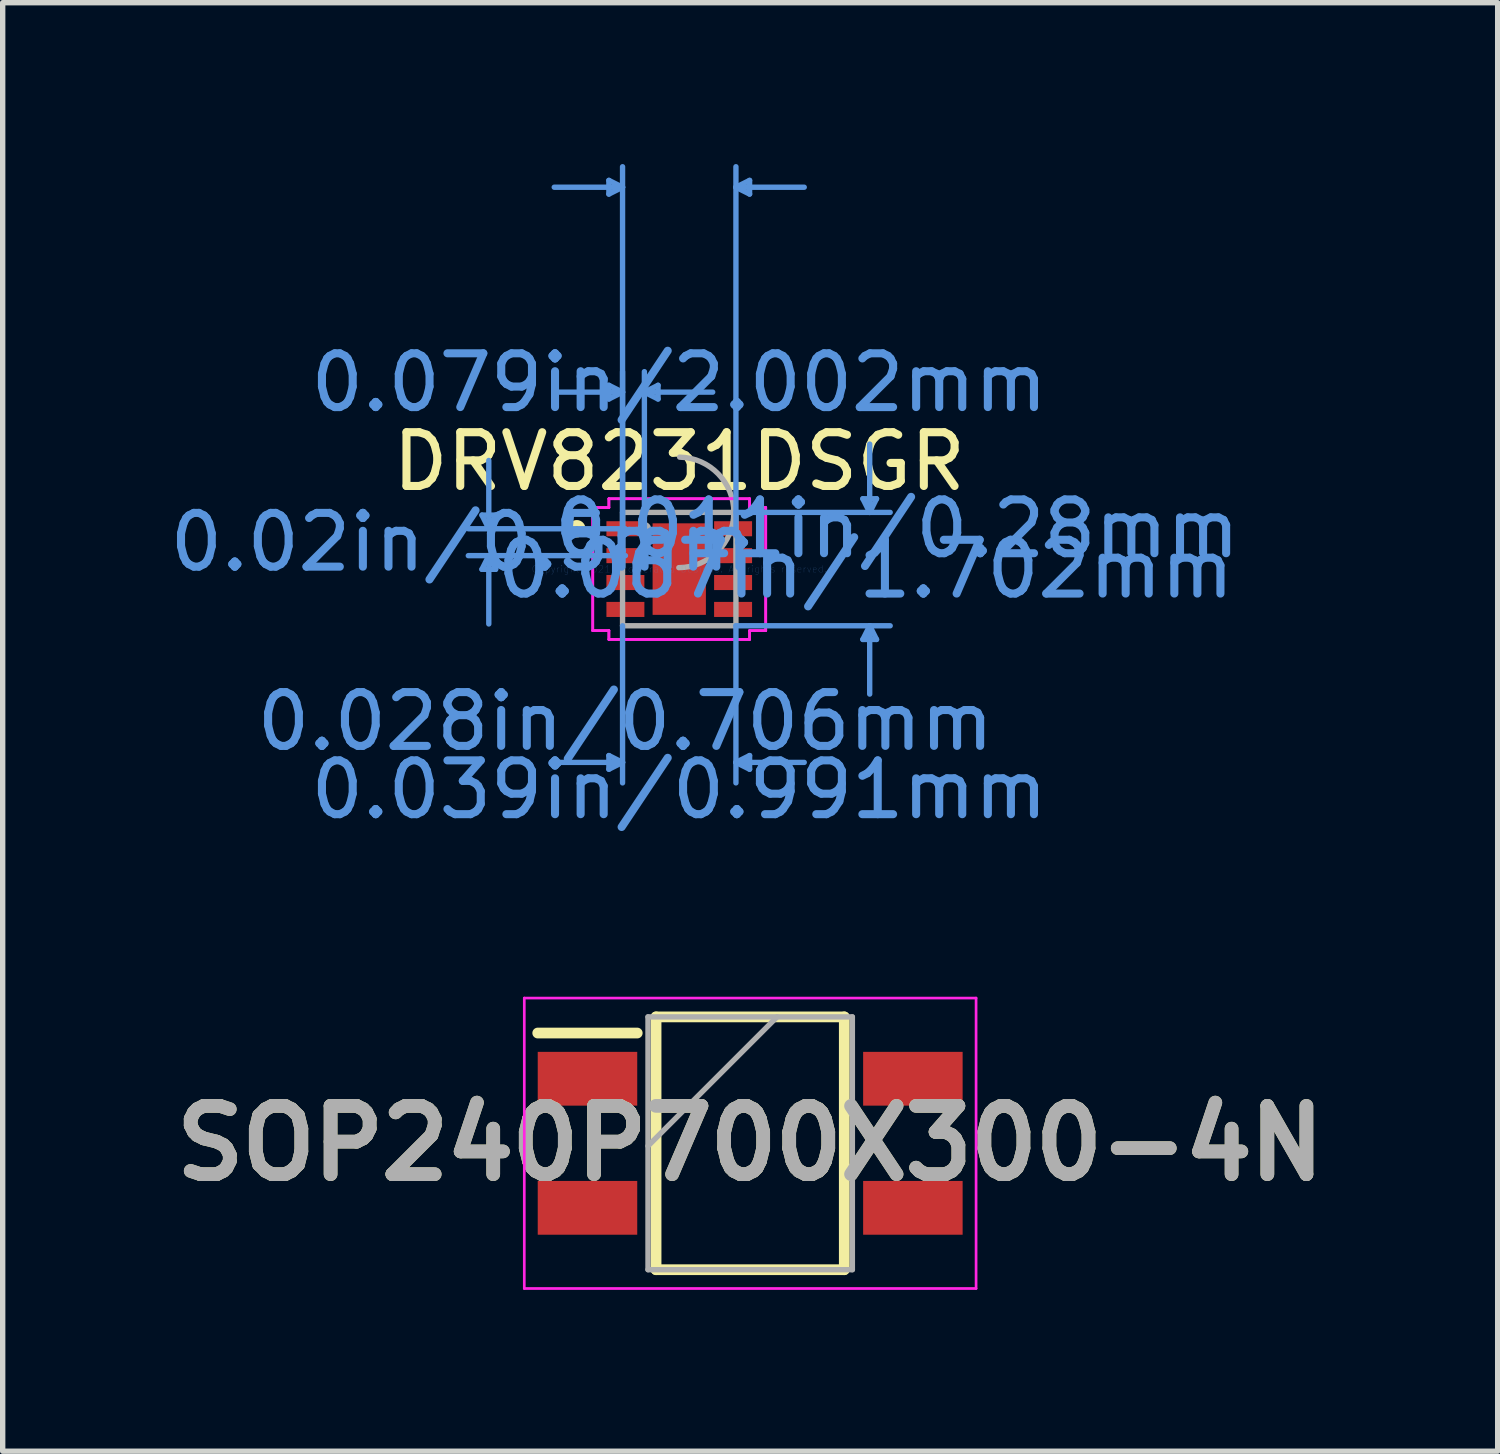
<source format=kicad_pcb>
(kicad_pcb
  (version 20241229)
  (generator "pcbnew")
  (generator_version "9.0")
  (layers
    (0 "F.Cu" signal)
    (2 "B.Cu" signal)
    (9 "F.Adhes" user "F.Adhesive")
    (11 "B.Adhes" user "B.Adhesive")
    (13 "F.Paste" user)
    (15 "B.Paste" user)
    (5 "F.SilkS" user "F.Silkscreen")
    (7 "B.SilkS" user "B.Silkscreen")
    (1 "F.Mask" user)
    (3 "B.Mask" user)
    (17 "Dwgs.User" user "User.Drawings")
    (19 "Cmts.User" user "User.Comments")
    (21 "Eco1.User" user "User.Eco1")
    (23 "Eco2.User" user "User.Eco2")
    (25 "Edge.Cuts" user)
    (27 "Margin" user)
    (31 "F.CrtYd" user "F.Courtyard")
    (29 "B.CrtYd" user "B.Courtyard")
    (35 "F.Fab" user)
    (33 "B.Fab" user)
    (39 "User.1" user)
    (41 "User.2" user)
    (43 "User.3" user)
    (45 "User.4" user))
  (footprint "SOP240P700X300-4N"
    (layer "F.Cu")
    (at 10.898 18.207)
    (property "Reference" "SOP240P700X300-4N" (at 0 0 0) (layer "F.SilkS") (effects (font (size 1.27 1.27) (thickness 0.254))))
    (attr smd)
    (fp_line (start -3.95 -2.05) (end -2.1 -2.05) (stroke (width 0.2) (type solid)) (layer "F.SilkS"))
    (fp_line (start -1.75 -2.35) (end 1.75 -2.35) (stroke (width 0.2) (type solid)) (layer "F.SilkS"))
    (fp_line (start -1.75 2.35) (end -1.75 -2.35) (stroke (width 0.2) (type solid)) (layer "F.SilkS"))
    (fp_line (start 1.75 -2.35) (end 1.75 2.35) (stroke (width 0.2) (type solid)) (layer "F.SilkS"))
    (fp_line (start 1.75 2.35) (end -1.75 2.35) (stroke (width 0.2) (type solid)) (layer "F.SilkS"))
    (fp_line (start -4.2 -2.7) (end 4.2 -2.7) (stroke (width 0.05) (type solid)) (layer "F.CrtYd"))
    (fp_line (start -4.2 2.7) (end -4.2 -2.7) (stroke (width 0.05) (type solid)) (layer "F.CrtYd"))
    (fp_line (start 4.2 -2.7) (end 4.2 2.7) (stroke (width 0.05) (type solid)) (layer "F.CrtYd"))
    (fp_line (start 4.2 2.7) (end -4.2 2.7) (stroke (width 0.05) (type solid)) (layer "F.CrtYd"))
    (fp_line (start -1.9 -2.35) (end 1.9 -2.35) (stroke (width 0.1) (type solid)) (layer "F.Fab"))
    (fp_line (start -1.9 0.05) (end 0.5 -2.35) (stroke (width 0.1) (type solid)) (layer "F.Fab"))
    (fp_line (start -1.9 2.35) (end -1.9 -2.35) (stroke (width 0.1) (type solid)) (layer "F.Fab"))
    (fp_line (start 1.9 -2.35) (end 1.9 2.35) (stroke (width 0.1) (type solid)) (layer "F.Fab"))
    (fp_line (start 1.9 2.35) (end -1.9 2.35) (stroke (width 0.1) (type solid)) (layer "F.Fab"))
    (fp_text user "${REFERENCE}" (at 0 0 0) (layer "F.Fab") (effects (font (size 1.27 1.27) (thickness 0.254))))
    (pad "1" smd rect (at -3.025 -1.2 90) (size 1 1.85) (layers "F.Cu" "F.Mask" "F.Paste"))
    (pad "2" smd rect (at -3.025 1.2 90) (size 1 1.85) (layers "F.Cu" "F.Mask" "F.Paste"))
    (pad "3" smd rect (at 3.025 1.2 90) (size 1 1.85) (layers "F.Cu" "F.Mask" "F.Paste"))
    (pad "4" smd rect (at 3.025 -1.2 90) (size 1 1.85) (layers "F.Cu" "F.Mask" "F.Paste")))
  (footprint "DRV8231DSGR"
    (layer "F.Cu")
    (at 9.579 7.531)
    (property "Reference" "DRV8231DSGR" (at 0 -2 0) (layer "F.SilkS") (effects (font (size 1 1) (thickness 0.15))))
    (attr through_hole)
    (fp_circle (center -1.905 -0.75) (end -1.803 -0.75) (stroke (width 0.12) (type solid)) (fill no) (layer "F.SilkS"))
    (fp_line (start -3.668 -1.004) (end -3.414 -1.004) (stroke (width 0.1) (type solid)) (layer "Cmts.User"))
    (fp_line (start -3.668 0.004) (end -3.414 0.004) (stroke (width 0.1) (type solid)) (layer "Cmts.User"))
    (fp_line (start -3.541 -0.75) (end -3.668 -1.004) (stroke (width 0.1) (type solid)) (layer "Cmts.User"))
    (fp_line (start -3.541 -0.75) (end -3.541 -2.02) (stroke (width 0.1) (type solid)) (layer "Cmts.User"))
    (fp_line (start -3.541 -0.75) (end -3.414 -1.004) (stroke (width 0.1) (type solid)) (layer "Cmts.User"))
    (fp_line (start -3.541 -0.25) (end -3.668 0.004) (stroke (width 0.1) (type solid)) (layer "Cmts.User"))
    (fp_line (start -3.541 -0.25) (end -3.541 1.02) (stroke (width 0.1) (type solid)) (layer "Cmts.User"))
    (fp_line (start -3.541 -0.25) (end -3.414 0.004) (stroke (width 0.1) (type solid)) (layer "Cmts.User"))
    (fp_line (start -1.308 -7.227) (end -1.308 -6.973) (stroke (width 0.1) (type solid)) (layer "Cmts.User"))
    (fp_line (start -1.308 -3.417) (end -1.308 -3.163) (stroke (width 0.1) (type solid)) (layer "Cmts.User"))
    (fp_line (start -1.308 3.467) (end -1.308 3.721) (stroke (width 0.1) (type solid)) (layer "Cmts.User"))
    (fp_line (start -1.054 -7.1) (end -2.324 -7.1) (stroke (width 0.1) (type solid)) (layer "Cmts.User"))
    (fp_line (start -1.054 -7.1) (end -1.308 -7.227) (stroke (width 0.1) (type solid)) (layer "Cmts.User"))
    (fp_line (start -1.054 -7.1) (end -1.308 -6.973) (stroke (width 0.1) (type solid)) (layer "Cmts.User"))
    (fp_line (start -1.054 -3.29) (end -2.324 -3.29) (stroke (width 0.1) (type solid)) (layer "Cmts.User"))
    (fp_line (start -1.054 -3.29) (end -1.308 -3.417) (stroke (width 0.1) (type solid)) (layer "Cmts.User"))
    (fp_line (start -1.054 -3.29) (end -1.308 -3.163) (stroke (width 0.1) (type solid)) (layer "Cmts.User"))
    (fp_line (start -1.054 -0.75) (end -1.054 -7.481) (stroke (width 0.1) (type solid)) (layer "Cmts.User"))
    (fp_line (start -1.054 -0.75) (end -1.054 -3.671) (stroke (width 0.1) (type solid)) (layer "Cmts.User"))
    (fp_line (start -1.054 1.054) (end -1.054 3.975) (stroke (width 0.1) (type solid)) (layer "Cmts.User"))
    (fp_line (start -1.054 3.594) (end -2.324 3.594) (stroke (width 0.1) (type solid)) (layer "Cmts.User"))
    (fp_line (start -1.054 3.594) (end -1.308 3.467) (stroke (width 0.1) (type solid)) (layer "Cmts.User"))
    (fp_line (start -1.054 3.594) (end -1.308 3.721) (stroke (width 0.1) (type solid)) (layer "Cmts.User"))
    (fp_line (start -1.001 -0.75) (end -3.922 -0.75) (stroke (width 0.1) (type solid)) (layer "Cmts.User"))
    (fp_line (start -1.001 -0.25) (end -3.922 -0.25) (stroke (width 0.1) (type solid)) (layer "Cmts.User"))
    (fp_line (start -0.648 -3.29) (end -0.394 -3.417) (stroke (width 0.1) (type solid)) (layer "Cmts.User"))
    (fp_line (start -0.648 -3.29) (end -0.394 -3.163) (stroke (width 0.1) (type solid)) (layer "Cmts.User"))
    (fp_line (start -0.648 -3.29) (end 0.622 -3.29) (stroke (width 0.1) (type solid)) (layer "Cmts.User"))
    (fp_line (start -0.648 -0.75) (end -0.648 -3.671) (stroke (width 0.1) (type solid)) (layer "Cmts.User"))
    (fp_line (start -0.394 -3.417) (end -0.394 -3.163) (stroke (width 0.1) (type solid)) (layer "Cmts.User"))
    (fp_line (start 1.054 -7.1) (end 1.308 -7.227) (stroke (width 0.1) (type solid)) (layer "Cmts.User"))
    (fp_line (start 1.054 -7.1) (end 1.308 -6.973) (stroke (width 0.1) (type solid)) (layer "Cmts.User"))
    (fp_line (start 1.054 -7.1) (end 2.324 -7.1) (stroke (width 0.1) (type solid)) (layer "Cmts.User"))
    (fp_line (start 1.054 -1.054) (end 3.922 -1.054) (stroke (width 0.1) (type solid)) (layer "Cmts.User"))
    (fp_line (start 1.054 -0.75) (end 1.054 -7.481) (stroke (width 0.1) (type solid)) (layer "Cmts.User"))
    (fp_line (start 1.054 1.054) (end 1.054 3.975) (stroke (width 0.1) (type solid)) (layer "Cmts.User"))
    (fp_line (start 1.054 1.054) (end 3.922 1.054) (stroke (width 0.1) (type solid)) (layer "Cmts.User"))
    (fp_line (start 1.054 3.594) (end 1.308 3.467) (stroke (width 0.1) (type solid)) (layer "Cmts.User"))
    (fp_line (start 1.054 3.594) (end 1.308 3.721) (stroke (width 0.1) (type solid)) (layer "Cmts.User"))
    (fp_line (start 1.054 3.594) (end 2.324 3.594) (stroke (width 0.1) (type solid)) (layer "Cmts.User"))
    (fp_line (start 1.308 -7.227) (end 1.308 -6.973) (stroke (width 0.1) (type solid)) (layer "Cmts.User"))
    (fp_line (start 1.308 3.467) (end 1.308 3.721) (stroke (width 0.1) (type solid)) (layer "Cmts.User"))
    (fp_line (start 3.414 -1.308) (end 3.668 -1.308) (stroke (width 0.1) (type solid)) (layer "Cmts.User"))
    (fp_line (start 3.414 1.308) (end 3.668 1.308) (stroke (width 0.1) (type solid)) (layer "Cmts.User"))
    (fp_line (start 3.541 -1.054) (end 3.414 -1.308) (stroke (width 0.1) (type solid)) (layer "Cmts.User"))
    (fp_line (start 3.541 -1.054) (end 3.541 -2.324) (stroke (width 0.1) (type solid)) (layer "Cmts.User"))
    (fp_line (start 3.541 -1.054) (end 3.668 -1.308) (stroke (width 0.1) (type solid)) (layer "Cmts.User"))
    (fp_line (start 3.541 1.054) (end 3.414 1.308) (stroke (width 0.1) (type solid)) (layer "Cmts.User"))
    (fp_line (start 3.541 1.054) (end 3.541 2.324) (stroke (width 0.1) (type solid)) (layer "Cmts.User"))
    (fp_line (start 3.541 1.054) (end 3.668 1.308) (stroke (width 0.1) (type solid)) (layer "Cmts.User"))
    (fp_line (start -1.608 -1.144) (end -1.308 -1.144) (stroke (width 0.05) (type solid)) (layer "F.CrtYd"))
    (fp_line (start -1.608 -1.144) (end -1.308 -1.144) (stroke (width 0.05) (type solid)) (layer "F.CrtYd"))
    (fp_line (start -1.608 1.144) (end -1.608 -1.144) (stroke (width 0.05) (type solid)) (layer "F.CrtYd"))
    (fp_line (start -1.608 1.144) (end -1.608 -1.144) (stroke (width 0.05) (type solid)) (layer "F.CrtYd"))
    (fp_line (start -1.608 1.144) (end -1.308 1.144) (stroke (width 0.05) (type solid)) (layer "F.CrtYd"))
    (fp_line (start -1.308 -1.308) (end 1.308 -1.308) (stroke (width 0.05) (type solid)) (layer "F.CrtYd"))
    (fp_line (start -1.308 -1.308) (end 1.308 -1.308) (stroke (width 0.05) (type solid)) (layer "F.CrtYd"))
    (fp_line (start -1.308 -1.144) (end -1.308 -1.308) (stroke (width 0.05) (type solid)) (layer "F.CrtYd"))
    (fp_line (start -1.308 -1.144) (end -1.308 -1.308) (stroke (width 0.05) (type solid)) (layer "F.CrtYd"))
    (fp_line (start -1.308 1.144) (end -1.608 1.144) (stroke (width 0.05) (type solid)) (layer "F.CrtYd"))
    (fp_line (start -1.308 1.308) (end -1.308 1.144) (stroke (width 0.05) (type solid)) (layer "F.CrtYd"))
    (fp_line (start -1.308 1.308) (end -1.308 1.144) (stroke (width 0.05) (type solid)) (layer "F.CrtYd"))
    (fp_line (start 1.308 -1.308) (end 1.308 -1.144) (stroke (width 0.05) (type solid)) (layer "F.CrtYd"))
    (fp_line (start 1.308 -1.308) (end 1.308 -1.144) (stroke (width 0.05) (type solid)) (layer "F.CrtYd"))
    (fp_line (start 1.308 -1.144) (end 1.608 -1.144) (stroke (width 0.05) (type solid)) (layer "F.CrtYd"))
    (fp_line (start 1.308 1.144) (end 1.308 1.308) (stroke (width 0.05) (type solid)) (layer "F.CrtYd"))
    (fp_line (start 1.308 1.144) (end 1.308 1.308) (stroke (width 0.05) (type solid)) (layer "F.CrtYd"))
    (fp_line (start 1.308 1.308) (end -1.308 1.308) (stroke (width 0.05) (type solid)) (layer "F.CrtYd"))
    (fp_line (start 1.308 1.308) (end -1.308 1.308) (stroke (width 0.05) (type solid)) (layer "F.CrtYd"))
    (fp_line (start 1.608 -1.144) (end 1.308 -1.144) (stroke (width 0.05) (type solid)) (layer "F.CrtYd"))
    (fp_line (start 1.608 -1.144) (end 1.608 1.144) (stroke (width 0.05) (type solid)) (layer "F.CrtYd"))
    (fp_line (start 1.608 -1.144) (end 1.608 1.144) (stroke (width 0.05) (type solid)) (layer "F.CrtYd"))
    (fp_line (start 1.608 1.144) (end 1.308 1.144) (stroke (width 0.05) (type solid)) (layer "F.CrtYd"))
    (fp_line (start 1.608 1.144) (end 1.308 1.144) (stroke (width 0.05) (type solid)) (layer "F.CrtYd"))
    (fp_line (start -1.054 -1.054) (end -1.054 1.054) (stroke (width 0.1) (type solid)) (layer "F.Fab"))
    (fp_line (start -1.054 1.054) (end 1.054 1.054) (stroke (width 0.1) (type solid)) (layer "F.Fab"))
    (fp_line (start 1.054 -1.054) (end -1.054 -1.054) (stroke (width 0.1) (type solid)) (layer "F.Fab"))
    (fp_line (start 1.054 1.054) (end 1.054 -1.054) (stroke (width 0.1) (type solid)) (layer "F.Fab"))
    (fp_arc (start 0.007742 -2.081426) (mid 1.027326 -1.046358) (end -0.007742 -0.026774) (stroke (width 0.1) (type solid)) (layer "F.Fab"))
    (fp_circle (center -0.648 -0.75) (end -0.572 -0.75) (stroke (width 0.1) (type solid)) (fill no) (layer "F.Fab"))
    (fp_text user "0.079in/2.002mm" (at 0 -3.467 0) (layer "Cmts.User") (effects (font (size 1 1) (thickness 0.15))))
    (fp_text user "Copyright 2021 Accelerated Designs. All rights reserved." (at 0 0 0) (layer "Cmts.User") (effects (font (size 0.127 0.127) (thickness 0.002))))
    (fp_text user "0.02in/0.5mm" (at -4.049 -0.5 0) (layer "Cmts.User") (effects (font (size 1 1) (thickness 0.15))))
    (fp_text user "0.039in/0.991mm" (at 0 4.102 0) (layer "Cmts.User") (effects (font (size 1 1) (thickness 0.15))))
    (fp_text user "0.067in/1.702mm" (at 3.467 0 0) (layer "Cmts.User") (effects (font (size 1 1) (thickness 0.15))))
    (fp_text user "0.028in/0.706mm" (at -1.001 2.832 0) (layer "Cmts.User") (effects (font (size 1 1) (thickness 0.15))))
    (fp_text user "0.011in/0.28mm" (at 4.049 -0.75 0) (layer "Cmts.User") (effects (font (size 1 1) (thickness 0.15))))
    (pad "1" smd rect (at -1.001 -0.75) (size 0.706 0.28) (layers "F.Cu" "F.Mask" "F.Paste"))
    (pad "2" smd rect (at -1.001 -0.25) (size 0.706 0.28) (layers "F.Cu" "F.Mask" "F.Paste"))
    (pad "3" smd rect (at -1.001 0.25) (size 0.706 0.28) (layers "F.Cu" "F.Mask" "F.Paste"))
    (pad "4" smd rect (at -1.001 0.75) (size 0.706 0.28) (layers "F.Cu" "F.Mask" "F.Paste"))
    (pad "5" smd rect (at 1.001 0.75) (size 0.706 0.28) (layers "F.Cu" "F.Mask" "F.Paste"))
    (pad "6" smd rect (at 1.001 0.25) (size 0.706 0.28) (layers "F.Cu" "F.Mask" "F.Paste"))
    (pad "7" smd rect (at 1.001 -0.25) (size 0.706 0.28) (layers "F.Cu" "F.Mask" "F.Paste"))
    (pad "8" smd rect (at 1.001 -0.75) (size 0.706 0.28) (layers "F.Cu" "F.Mask" "F.Paste"))
    (pad "9" smd rect (at 0 0) (size 0.991 1.702) (layers "F.Cu" "F.Mask" "F.Paste")))
  (gr_rect
    (start -3 -3)
    (end 24.796 23.932)
    (stroke (width 0.1) (type default))
    (fill no)
    (layer "Edge.Cuts")))
</source>
